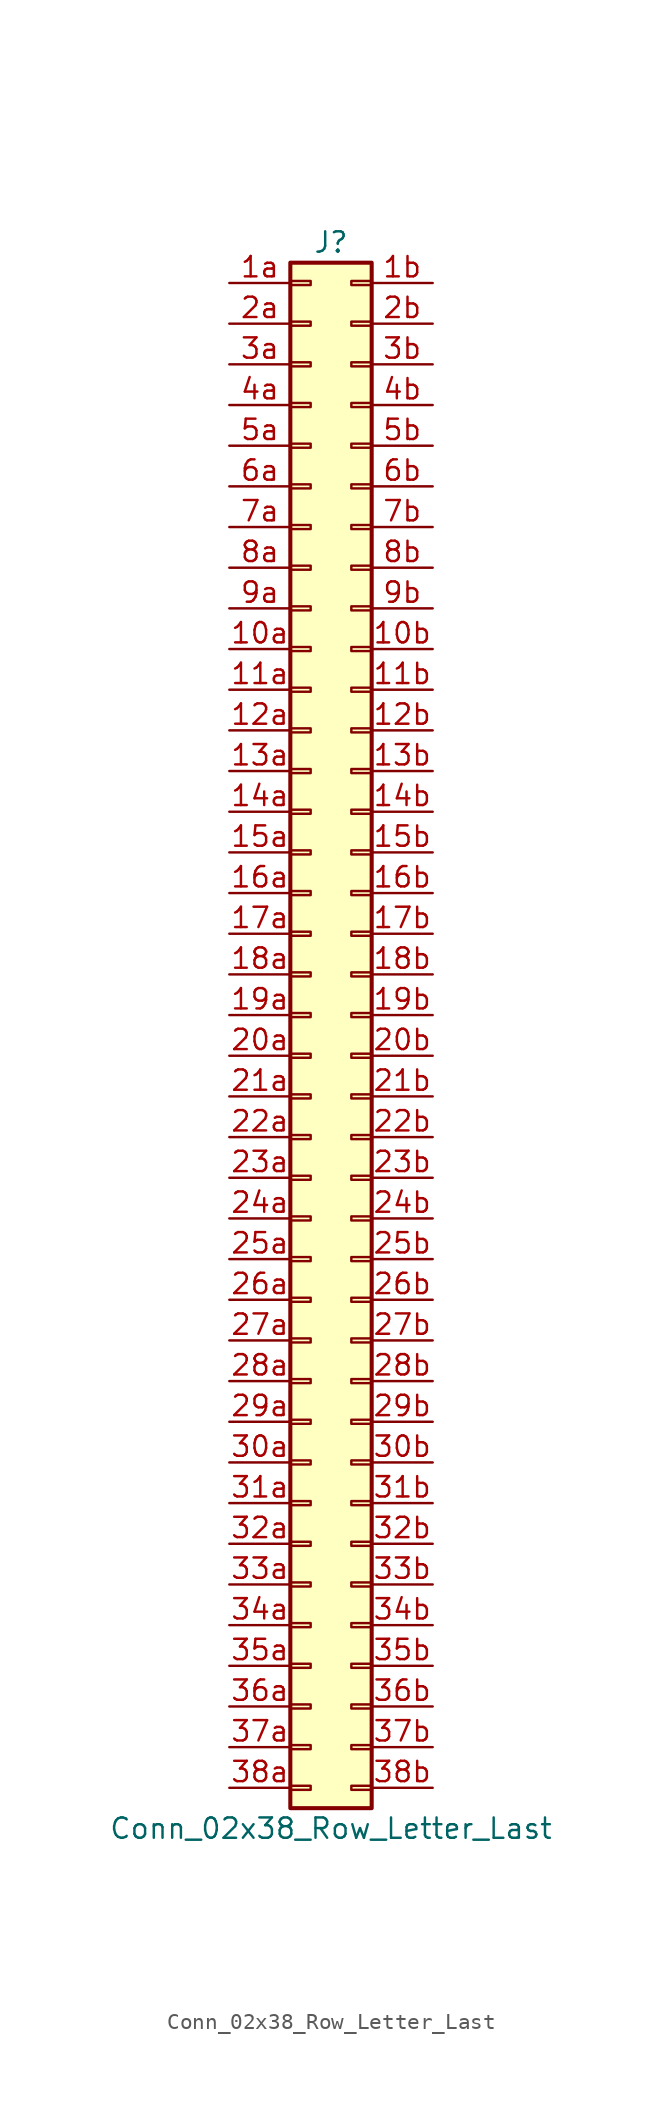
<source format=kicad_sym>
(kicad_symbol_lib
  (version 20211014)
  (generator kicad_symbol_editor)
  (symbol "Conn_02x38_Row_Letter_Last"
    (pin_names
      (offset 1.016) hide)
    (property "Reference" "J"
      (at 1.27 48.26 0)
      (effects (font (size 1.27 1.27))))
    (property "Value" "Conn_02x38_Row_Letter_Last"
      (at 1.27 -50.8 0)
      (effects (font (size 1.27 1.27))))
    (symbol "Conn_02x38_Row_Letter_Last_1_1"
      (rectangle (start -1.27 -48.133) (end 0 -48.387) (stroke (width 0.152) (type default) (color 0 0 0 0)) (fill (type none)))
      (rectangle (start -1.27 -45.593) (end 0 -45.847) (stroke (width 0.152) (type default) (color 0 0 0 0)) (fill (type none)))
      (rectangle (start -1.27 -43.053) (end 0 -43.307) (stroke (width 0.152) (type default) (color 0 0 0 0)) (fill (type none)))
      (rectangle (start -1.27 -40.513) (end 0 -40.767) (stroke (width 0.152) (type default) (color 0 0 0 0)) (fill (type none)))
      (rectangle (start -1.27 -37.973) (end 0 -38.227) (stroke (width 0.152) (type default) (color 0 0 0 0)) (fill (type none)))
      (rectangle (start -1.27 -35.433) (end 0 -35.687) (stroke (width 0.152) (type default) (color 0 0 0 0)) (fill (type none)))
      (rectangle (start -1.27 -32.893) (end 0 -33.147) (stroke (width 0.152) (type default) (color 0 0 0 0)) (fill (type none)))
      (rectangle (start -1.27 -30.353) (end 0 -30.607) (stroke (width 0.152) (type default) (color 0 0 0 0)) (fill (type none)))
      (rectangle (start -1.27 -27.813) (end 0 -28.067) (stroke (width 0.152) (type default) (color 0 0 0 0)) (fill (type none)))
      (rectangle (start -1.27 -25.273) (end 0 -25.527) (stroke (width 0.152) (type default) (color 0 0 0 0)) (fill (type none)))
      (rectangle (start -1.27 -22.733) (end 0 -22.987) (stroke (width 0.152) (type default) (color 0 0 0 0)) (fill (type none)))
      (rectangle (start -1.27 -20.193) (end 0 -20.447) (stroke (width 0.152) (type default) (color 0 0 0 0)) (fill (type none)))
      (rectangle (start -1.27 -17.653) (end 0 -17.907) (stroke (width 0.152) (type default) (color 0 0 0 0)) (fill (type none)))
      (rectangle (start -1.27 -15.113) (end 0 -15.367) (stroke (width 0.152) (type default) (color 0 0 0 0)) (fill (type none)))
      (rectangle (start -1.27 -12.573) (end 0 -12.827) (stroke (width 0.152) (type default) (color 0 0 0 0)) (fill (type none)))
      (rectangle (start -1.27 -10.033) (end 0 -10.287) (stroke (width 0.152) (type default) (color 0 0 0 0)) (fill (type none)))
      (rectangle (start -1.27 -7.493) (end 0 -7.747) (stroke (width 0.152) (type default) (color 0 0 0 0)) (fill (type none)))
      (rectangle (start -1.27 -4.953) (end 0 -5.207) (stroke (width 0.152) (type default) (color 0 0 0 0)) (fill (type none)))
      (rectangle (start -1.27 -2.413) (end 0 -2.667) (stroke (width 0.152) (type default) (color 0 0 0 0)) (fill (type none)))
      (rectangle (start -1.27 0.127) (end 0 -0.127) (stroke (width 0.152) (type default) (color 0 0 0 0)) (fill (type none)))
      (rectangle (start -1.27 2.667) (end 0 2.413) (stroke (width 0.152) (type default) (color 0 0 0 0)) (fill (type none)))
      (rectangle (start -1.27 5.207) (end 0 4.953) (stroke (width 0.152) (type default) (color 0 0 0 0)) (fill (type none)))
      (rectangle (start -1.27 7.747) (end 0 7.493) (stroke (width 0.152) (type default) (color 0 0 0 0)) (fill (type none)))
      (rectangle (start -1.27 10.287) (end 0 10.033) (stroke (width 0.152) (type default) (color 0 0 0 0)) (fill (type none)))
      (rectangle (start -1.27 12.827) (end 0 12.573) (stroke (width 0.152) (type default) (color 0 0 0 0)) (fill (type none)))
      (rectangle (start -1.27 15.367) (end 0 15.113) (stroke (width 0.152) (type default) (color 0 0 0 0)) (fill (type none)))
      (rectangle (start -1.27 17.907) (end 0 17.653) (stroke (width 0.152) (type default) (color 0 0 0 0)) (fill (type none)))
      (rectangle (start -1.27 20.447) (end 0 20.193) (stroke (width 0.152) (type default) (color 0 0 0 0)) (fill (type none)))
      (rectangle (start -1.27 22.987) (end 0 22.733) (stroke (width 0.152) (type default) (color 0 0 0 0)) (fill (type none)))
      (rectangle (start -1.27 25.527) (end 0 25.273) (stroke (width 0.152) (type default) (color 0 0 0 0)) (fill (type none)))
      (rectangle (start -1.27 28.067) (end 0 27.813) (stroke (width 0.152) (type default) (color 0 0 0 0)) (fill (type none)))
      (rectangle (start -1.27 30.607) (end 0 30.353) (stroke (width 0.152) (type default) (color 0 0 0 0)) (fill (type none)))
      (rectangle (start -1.27 33.147) (end 0 32.893) (stroke (width 0.152) (type default) (color 0 0 0 0)) (fill (type none)))
      (rectangle (start -1.27 35.687) (end 0 35.433) (stroke (width 0.152) (type default) (color 0 0 0 0)) (fill (type none)))
      (rectangle (start -1.27 38.227) (end 0 37.973) (stroke (width 0.152) (type default) (color 0 0 0 0)) (fill (type none)))
      (rectangle (start -1.27 40.767) (end 0 40.513) (stroke (width 0.152) (type default) (color 0 0 0 0)) (fill (type none)))
      (rectangle (start -1.27 43.307) (end 0 43.053) (stroke (width 0.152) (type default) (color 0 0 0 0)) (fill (type none)))
      (rectangle (start -1.27 45.847) (end 0 45.593) (stroke (width 0.152) (type default) (color 0 0 0 0)) (fill (type none)))
      (rectangle (start -1.27 46.99) (end 3.81 -49.53) (stroke (width 0.254) (type default) (color 0 0 0 0)) (fill (type background)))
      (rectangle (start 3.81 -48.133) (end 2.54 -48.387) (stroke (width 0.152) (type default) (color 0 0 0 0)) (fill (type none)))
      (rectangle (start 3.81 -45.593) (end 2.54 -45.847) (stroke (width 0.152) (type default) (color 0 0 0 0)) (fill (type none)))
      (rectangle (start 3.81 -43.053) (end 2.54 -43.307) (stroke (width 0.152) (type default) (color 0 0 0 0)) (fill (type none)))
      (rectangle (start 3.81 -40.513) (end 2.54 -40.767) (stroke (width 0.152) (type default) (color 0 0 0 0)) (fill (type none)))
      (rectangle (start 3.81 -37.973) (end 2.54 -38.227) (stroke (width 0.152) (type default) (color 0 0 0 0)) (fill (type none)))
      (rectangle (start 3.81 -35.433) (end 2.54 -35.687) (stroke (width 0.152) (type default) (color 0 0 0 0)) (fill (type none)))
      (rectangle (start 3.81 -32.893) (end 2.54 -33.147) (stroke (width 0.152) (type default) (color 0 0 0 0)) (fill (type none)))
      (rectangle (start 3.81 -30.353) (end 2.54 -30.607) (stroke (width 0.152) (type default) (color 0 0 0 0)) (fill (type none)))
      (rectangle (start 3.81 -27.813) (end 2.54 -28.067) (stroke (width 0.152) (type default) (color 0 0 0 0)) (fill (type none)))
      (rectangle (start 3.81 -25.273) (end 2.54 -25.527) (stroke (width 0.152) (type default) (color 0 0 0 0)) (fill (type none)))
      (rectangle (start 3.81 -22.733) (end 2.54 -22.987) (stroke (width 0.152) (type default) (color 0 0 0 0)) (fill (type none)))
      (rectangle (start 3.81 -20.193) (end 2.54 -20.447) (stroke (width 0.152) (type default) (color 0 0 0 0)) (fill (type none)))
      (rectangle (start 3.81 -17.653) (end 2.54 -17.907) (stroke (width 0.152) (type default) (color 0 0 0 0)) (fill (type none)))
      (rectangle (start 3.81 -15.113) (end 2.54 -15.367) (stroke (width 0.152) (type default) (color 0 0 0 0)) (fill (type none)))
      (rectangle (start 3.81 -12.573) (end 2.54 -12.827) (stroke (width 0.152) (type default) (color 0 0 0 0)) (fill (type none)))
      (rectangle (start 3.81 -10.033) (end 2.54 -10.287) (stroke (width 0.152) (type default) (color 0 0 0 0)) (fill (type none)))
      (rectangle (start 3.81 -7.493) (end 2.54 -7.747) (stroke (width 0.152) (type default) (color 0 0 0 0)) (fill (type none)))
      (rectangle (start 3.81 -4.953) (end 2.54 -5.207) (stroke (width 0.152) (type default) (color 0 0 0 0)) (fill (type none)))
      (rectangle (start 3.81 -2.413) (end 2.54 -2.667) (stroke (width 0.152) (type default) (color 0 0 0 0)) (fill (type none)))
      (rectangle (start 3.81 0.127) (end 2.54 -0.127) (stroke (width 0.152) (type default) (color 0 0 0 0)) (fill (type none)))
      (rectangle (start 3.81 2.667) (end 2.54 2.413) (stroke (width 0.152) (type default) (color 0 0 0 0)) (fill (type none)))
      (rectangle (start 3.81 5.207) (end 2.54 4.953) (stroke (width 0.152) (type default) (color 0 0 0 0)) (fill (type none)))
      (rectangle (start 3.81 7.747) (end 2.54 7.493) (stroke (width 0.152) (type default) (color 0 0 0 0)) (fill (type none)))
      (rectangle (start 3.81 10.287) (end 2.54 10.033) (stroke (width 0.152) (type default) (color 0 0 0 0)) (fill (type none)))
      (rectangle (start 3.81 12.827) (end 2.54 12.573) (stroke (width 0.152) (type default) (color 0 0 0 0)) (fill (type none)))
      (rectangle (start 3.81 15.367) (end 2.54 15.113) (stroke (width 0.152) (type default) (color 0 0 0 0)) (fill (type none)))
      (rectangle (start 3.81 17.907) (end 2.54 17.653) (stroke (width 0.152) (type default) (color 0 0 0 0)) (fill (type none)))
      (rectangle (start 3.81 20.447) (end 2.54 20.193) (stroke (width 0.152) (type default) (color 0 0 0 0)) (fill (type none)))
      (rectangle (start 3.81 22.987) (end 2.54 22.733) (stroke (width 0.152) (type default) (color 0 0 0 0)) (fill (type none)))
      (rectangle (start 3.81 25.527) (end 2.54 25.273) (stroke (width 0.152) (type default) (color 0 0 0 0)) (fill (type none)))
      (rectangle (start 3.81 28.067) (end 2.54 27.813) (stroke (width 0.152) (type default) (color 0 0 0 0)) (fill (type none)))
      (rectangle (start 3.81 30.607) (end 2.54 30.353) (stroke (width 0.152) (type default) (color 0 0 0 0)) (fill (type none)))
      (rectangle (start 3.81 33.147) (end 2.54 32.893) (stroke (width 0.152) (type default) (color 0 0 0 0)) (fill (type none)))
      (rectangle (start 3.81 35.687) (end 2.54 35.433) (stroke (width 0.152) (type default) (color 0 0 0 0)) (fill (type none)))
      (rectangle (start 3.81 38.227) (end 2.54 37.973) (stroke (width 0.152) (type default) (color 0 0 0 0)) (fill (type none)))
      (rectangle (start 3.81 40.767) (end 2.54 40.513) (stroke (width 0.152) (type default) (color 0 0 0 0)) (fill (type none)))
      (rectangle (start 3.81 43.307) (end 2.54 43.053) (stroke (width 0.152) (type default) (color 0 0 0 0)) (fill (type none)))
      (rectangle (start 3.81 45.847) (end 2.54 45.593) (stroke (width 0.152) (type default) (color 0 0 0 0)) (fill (type none)))
      (pin passive line (at -5.08 22.86 0) (length 3.81) (name "Pin_10a" (effects (font (size 1.27 1.27)))) (number "10a" (effects (font (size 1.27 1.27)))))
      (pin passive line (at 7.62 22.86 180) (length 3.81) (name "Pin_10b" (effects (font (size 1.27 1.27)))) (number "10b" (effects (font (size 1.27 1.27)))))
      (pin passive line (at -5.08 20.32 0) (length 3.81) (name "Pin_11a" (effects (font (size 1.27 1.27)))) (number "11a" (effects (font (size 1.27 1.27)))))
      (pin passive line (at 7.62 20.32 180) (length 3.81) (name "Pin_11b" (effects (font (size 1.27 1.27)))) (number "11b" (effects (font (size 1.27 1.27)))))
      (pin passive line (at -5.08 17.78 0) (length 3.81) (name "Pin_12a" (effects (font (size 1.27 1.27)))) (number "12a" (effects (font (size 1.27 1.27)))))
      (pin passive line (at 7.62 17.78 180) (length 3.81) (name "Pin_12b" (effects (font (size 1.27 1.27)))) (number "12b" (effects (font (size 1.27 1.27)))))
      (pin passive line (at -5.08 15.24 0) (length 3.81) (name "Pin_13a" (effects (font (size 1.27 1.27)))) (number "13a" (effects (font (size 1.27 1.27)))))
      (pin passive line (at 7.62 15.24 180) (length 3.81) (name "Pin_13b" (effects (font (size 1.27 1.27)))) (number "13b" (effects (font (size 1.27 1.27)))))
      (pin passive line (at -5.08 12.7 0) (length 3.81) (name "Pin_14a" (effects (font (size 1.27 1.27)))) (number "14a" (effects (font (size 1.27 1.27)))))
      (pin passive line (at 7.62 12.7 180) (length 3.81) (name "Pin_14b" (effects (font (size 1.27 1.27)))) (number "14b" (effects (font (size 1.27 1.27)))))
      (pin passive line (at -5.08 10.16 0) (length 3.81) (name "Pin_15a" (effects (font (size 1.27 1.27)))) (number "15a" (effects (font (size 1.27 1.27)))))
      (pin passive line (at 7.62 10.16 180) (length 3.81) (name "Pin_15b" (effects (font (size 1.27 1.27)))) (number "15b" (effects (font (size 1.27 1.27)))))
      (pin passive line (at -5.08 7.62 0) (length 3.81) (name "Pin_16a" (effects (font (size 1.27 1.27)))) (number "16a" (effects (font (size 1.27 1.27)))))
      (pin passive line (at 7.62 7.62 180) (length 3.81) (name "Pin_16b" (effects (font (size 1.27 1.27)))) (number "16b" (effects (font (size 1.27 1.27)))))
      (pin passive line (at -5.08 5.08 0) (length 3.81) (name "Pin_17a" (effects (font (size 1.27 1.27)))) (number "17a" (effects (font (size 1.27 1.27)))))
      (pin passive line (at 7.62 5.08 180) (length 3.81) (name "Pin_17b" (effects (font (size 1.27 1.27)))) (number "17b" (effects (font (size 1.27 1.27)))))
      (pin passive line (at -5.08 2.54 0) (length 3.81) (name "Pin_18a" (effects (font (size 1.27 1.27)))) (number "18a" (effects (font (size 1.27 1.27)))))
      (pin passive line (at 7.62 2.54 180) (length 3.81) (name "Pin_18b" (effects (font (size 1.27 1.27)))) (number "18b" (effects (font (size 1.27 1.27)))))
      (pin passive line (at -5.08 0 0) (length 3.81) (name "Pin_19a" (effects (font (size 1.27 1.27)))) (number "19a" (effects (font (size 1.27 1.27)))))
      (pin passive line (at 7.62 0 180) (length 3.81) (name "Pin_19b" (effects (font (size 1.27 1.27)))) (number "19b" (effects (font (size 1.27 1.27)))))
      (pin passive line (at -5.08 45.72 0) (length 3.81) (name "Pin_1a" (effects (font (size 1.27 1.27)))) (number "1a" (effects (font (size 1.27 1.27)))))
      (pin passive line (at 7.62 45.72 180) (length 3.81) (name "Pin_1b" (effects (font (size 1.27 1.27)))) (number "1b" (effects (font (size 1.27 1.27)))))
      (pin passive line (at -5.08 -2.54 0) (length 3.81) (name "Pin_20a" (effects (font (size 1.27 1.27)))) (number "20a" (effects (font (size 1.27 1.27)))))
      (pin passive line (at 7.62 -2.54 180) (length 3.81) (name "Pin_20b" (effects (font (size 1.27 1.27)))) (number "20b" (effects (font (size 1.27 1.27)))))
      (pin passive line (at -5.08 -5.08 0) (length 3.81) (name "Pin_21a" (effects (font (size 1.27 1.27)))) (number "21a" (effects (font (size 1.27 1.27)))))
      (pin passive line (at 7.62 -5.08 180) (length 3.81) (name "Pin_21b" (effects (font (size 1.27 1.27)))) (number "21b" (effects (font (size 1.27 1.27)))))
      (pin passive line (at -5.08 -7.62 0) (length 3.81) (name "Pin_22a" (effects (font (size 1.27 1.27)))) (number "22a" (effects (font (size 1.27 1.27)))))
      (pin passive line (at 7.62 -7.62 180) (length 3.81) (name "Pin_22b" (effects (font (size 1.27 1.27)))) (number "22b" (effects (font (size 1.27 1.27)))))
      (pin passive line (at -5.08 -10.16 0) (length 3.81) (name "Pin_23a" (effects (font (size 1.27 1.27)))) (number "23a" (effects (font (size 1.27 1.27)))))
      (pin passive line (at 7.62 -10.16 180) (length 3.81) (name "Pin_23b" (effects (font (size 1.27 1.27)))) (number "23b" (effects (font (size 1.27 1.27)))))
      (pin passive line (at -5.08 -12.7 0) (length 3.81) (name "Pin_24a" (effects (font (size 1.27 1.27)))) (number "24a" (effects (font (size 1.27 1.27)))))
      (pin passive line (at 7.62 -12.7 180) (length 3.81) (name "Pin_24b" (effects (font (size 1.27 1.27)))) (number "24b" (effects (font (size 1.27 1.27)))))
      (pin passive line (at -5.08 -15.24 0) (length 3.81) (name "Pin_25a" (effects (font (size 1.27 1.27)))) (number "25a" (effects (font (size 1.27 1.27)))))
      (pin passive line (at 7.62 -15.24 180) (length 3.81) (name "Pin_25b" (effects (font (size 1.27 1.27)))) (number "25b" (effects (font (size 1.27 1.27)))))
      (pin passive line (at -5.08 -17.78 0) (length 3.81) (name "Pin_26a" (effects (font (size 1.27 1.27)))) (number "26a" (effects (font (size 1.27 1.27)))))
      (pin passive line (at 7.62 -17.78 180) (length 3.81) (name "Pin_26b" (effects (font (size 1.27 1.27)))) (number "26b" (effects (font (size 1.27 1.27)))))
      (pin passive line (at -5.08 -20.32 0) (length 3.81) (name "Pin_27a" (effects (font (size 1.27 1.27)))) (number "27a" (effects (font (size 1.27 1.27)))))
      (pin passive line (at 7.62 -20.32 180) (length 3.81) (name "Pin_27b" (effects (font (size 1.27 1.27)))) (number "27b" (effects (font (size 1.27 1.27)))))
      (pin passive line (at -5.08 -22.86 0) (length 3.81) (name "Pin_28a" (effects (font (size 1.27 1.27)))) (number "28a" (effects (font (size 1.27 1.27)))))
      (pin passive line (at 7.62 -22.86 180) (length 3.81) (name "Pin_28b" (effects (font (size 1.27 1.27)))) (number "28b" (effects (font (size 1.27 1.27)))))
      (pin passive line (at -5.08 -25.4 0) (length 3.81) (name "Pin_29a" (effects (font (size 1.27 1.27)))) (number "29a" (effects (font (size 1.27 1.27)))))
      (pin passive line (at 7.62 -25.4 180) (length 3.81) (name "Pin_29b" (effects (font (size 1.27 1.27)))) (number "29b" (effects (font (size 1.27 1.27)))))
      (pin passive line (at -5.08 43.18 0) (length 3.81) (name "Pin_2a" (effects (font (size 1.27 1.27)))) (number "2a" (effects (font (size 1.27 1.27)))))
      (pin passive line (at 7.62 43.18 180) (length 3.81) (name "Pin_2b" (effects (font (size 1.27 1.27)))) (number "2b" (effects (font (size 1.27 1.27)))))
      (pin passive line (at -5.08 -27.94 0) (length 3.81) (name "Pin_30a" (effects (font (size 1.27 1.27)))) (number "30a" (effects (font (size 1.27 1.27)))))
      (pin passive line (at 7.62 -27.94 180) (length 3.81) (name "Pin_30b" (effects (font (size 1.27 1.27)))) (number "30b" (effects (font (size 1.27 1.27)))))
      (pin passive line (at -5.08 -30.48 0) (length 3.81) (name "Pin_31a" (effects (font (size 1.27 1.27)))) (number "31a" (effects (font (size 1.27 1.27)))))
      (pin passive line (at 7.62 -30.48 180) (length 3.81) (name "Pin_31b" (effects (font (size 1.27 1.27)))) (number "31b" (effects (font (size 1.27 1.27)))))
      (pin passive line (at -5.08 -33.02 0) (length 3.81) (name "Pin_32a" (effects (font (size 1.27 1.27)))) (number "32a" (effects (font (size 1.27 1.27)))))
      (pin passive line (at 7.62 -33.02 180) (length 3.81) (name "Pin_32b" (effects (font (size 1.27 1.27)))) (number "32b" (effects (font (size 1.27 1.27)))))
      (pin passive line (at -5.08 -35.56 0) (length 3.81) (name "Pin_33a" (effects (font (size 1.27 1.27)))) (number "33a" (effects (font (size 1.27 1.27)))))
      (pin passive line (at 7.62 -35.56 180) (length 3.81) (name "Pin_33b" (effects (font (size 1.27 1.27)))) (number "33b" (effects (font (size 1.27 1.27)))))
      (pin passive line (at -5.08 -38.1 0) (length 3.81) (name "Pin_34a" (effects (font (size 1.27 1.27)))) (number "34a" (effects (font (size 1.27 1.27)))))
      (pin passive line (at 7.62 -38.1 180) (length 3.81) (name "Pin_34b" (effects (font (size 1.27 1.27)))) (number "34b" (effects (font (size 1.27 1.27)))))
      (pin passive line (at -5.08 -40.64 0) (length 3.81) (name "Pin_35a" (effects (font (size 1.27 1.27)))) (number "35a" (effects (font (size 1.27 1.27)))))
      (pin passive line (at 7.62 -40.64 180) (length 3.81) (name "Pin_35b" (effects (font (size 1.27 1.27)))) (number "35b" (effects (font (size 1.27 1.27)))))
      (pin passive line (at -5.08 -43.18 0) (length 3.81) (name "Pin_36a" (effects (font (size 1.27 1.27)))) (number "36a" (effects (font (size 1.27 1.27)))))
      (pin passive line (at 7.62 -43.18 180) (length 3.81) (name "Pin_36b" (effects (font (size 1.27 1.27)))) (number "36b" (effects (font (size 1.27 1.27)))))
      (pin passive line (at -5.08 -45.72 0) (length 3.81) (name "Pin_37a" (effects (font (size 1.27 1.27)))) (number "37a" (effects (font (size 1.27 1.27)))))
      (pin passive line (at 7.62 -45.72 180) (length 3.81) (name "Pin_37b" (effects (font (size 1.27 1.27)))) (number "37b" (effects (font (size 1.27 1.27)))))
      (pin passive line (at -5.08 -48.26 0) (length 3.81) (name "Pin_38a" (effects (font (size 1.27 1.27)))) (number "38a" (effects (font (size 1.27 1.27)))))
      (pin passive line (at 7.62 -48.26 180) (length 3.81) (name "Pin_38b" (effects (font (size 1.27 1.27)))) (number "38b" (effects (font (size 1.27 1.27)))))
      (pin passive line (at -5.08 40.64 0) (length 3.81) (name "Pin_3a" (effects (font (size 1.27 1.27)))) (number "3a" (effects (font (size 1.27 1.27)))))
      (pin passive line (at 7.62 40.64 180) (length 3.81) (name "Pin_3b" (effects (font (size 1.27 1.27)))) (number "3b" (effects (font (size 1.27 1.27)))))
      (pin passive line (at -5.08 38.1 0) (length 3.81) (name "Pin_4a" (effects (font (size 1.27 1.27)))) (number "4a" (effects (font (size 1.27 1.27)))))
      (pin passive line (at 7.62 38.1 180) (length 3.81) (name "Pin_4b" (effects (font (size 1.27 1.27)))) (number "4b" (effects (font (size 1.27 1.27)))))
      (pin passive line (at -5.08 35.56 0) (length 3.81) (name "Pin_5a" (effects (font (size 1.27 1.27)))) (number "5a" (effects (font (size 1.27 1.27)))))
      (pin passive line (at 7.62 35.56 180) (length 3.81) (name "Pin_5b" (effects (font (size 1.27 1.27)))) (number "5b" (effects (font (size 1.27 1.27)))))
      (pin passive line (at -5.08 33.02 0) (length 3.81) (name "Pin_6a" (effects (font (size 1.27 1.27)))) (number "6a" (effects (font (size 1.27 1.27)))))
      (pin passive line (at 7.62 33.02 180) (length 3.81) (name "Pin_6b" (effects (font (size 1.27 1.27)))) (number "6b" (effects (font (size 1.27 1.27)))))
      (pin passive line (at -5.08 30.48 0) (length 3.81) (name "Pin_7a" (effects (font (size 1.27 1.27)))) (number "7a" (effects (font (size 1.27 1.27)))))
      (pin passive line (at 7.62 30.48 180) (length 3.81) (name "Pin_7b" (effects (font (size 1.27 1.27)))) (number "7b" (effects (font (size 1.27 1.27)))))
      (pin passive line (at -5.08 27.94 0) (length 3.81) (name "Pin_8a" (effects (font (size 1.27 1.27)))) (number "8a" (effects (font (size 1.27 1.27)))))
      (pin passive line (at 7.62 27.94 180) (length 3.81) (name "Pin_8b" (effects (font (size 1.27 1.27)))) (number "8b" (effects (font (size 1.27 1.27)))))
      (pin passive line (at -5.08 25.4 0) (length 3.81) (name "Pin_9a" (effects (font (size 1.27 1.27)))) (number "9a" (effects (font (size 1.27 1.27)))))
      (pin passive line (at 7.62 25.4 180) (length 3.81) (name "Pin_9b" (effects (font (size 1.27 1.27)))) (number "9b" (effects (font (size 1.27 1.27))))))))
</source>
